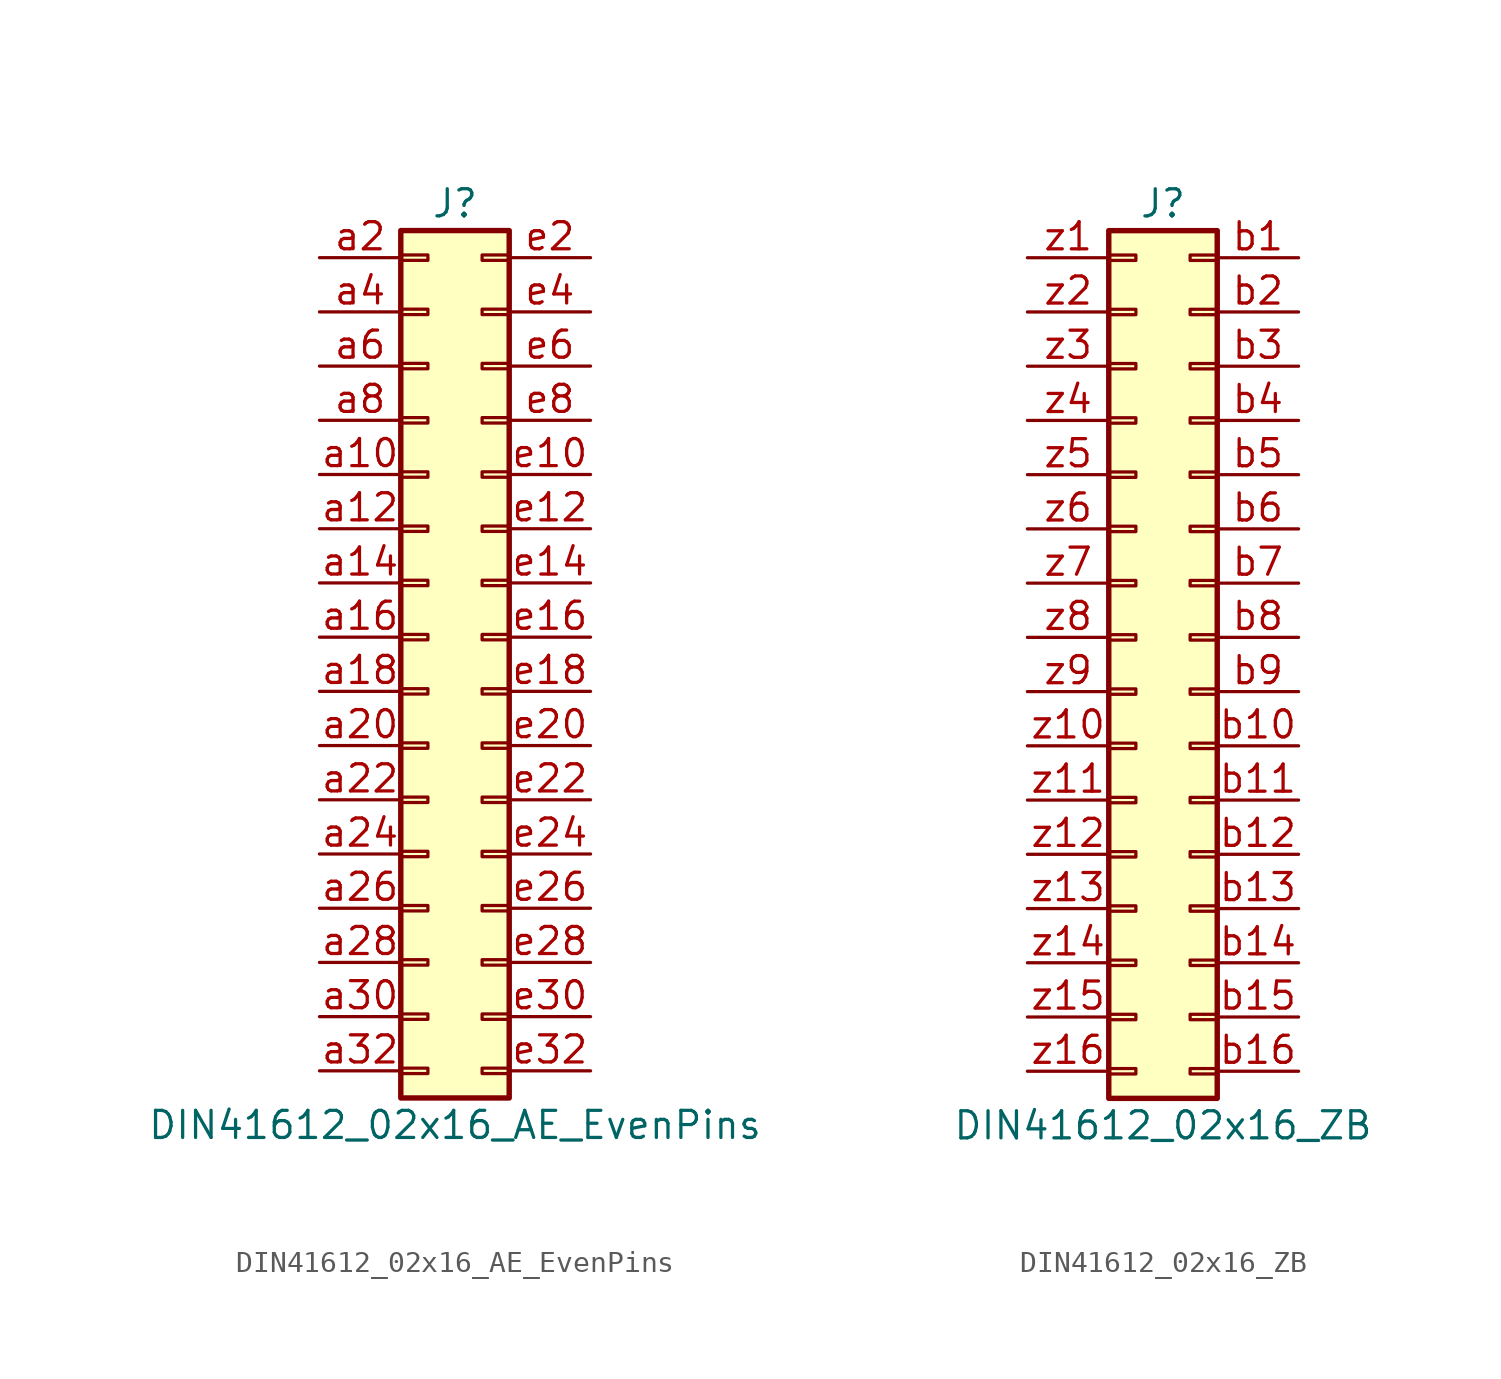
<source format=kicad_sym>
(kicad_symbol_lib
  (version 20220914)
  (generator kicad_symbol_editor)
  (symbol "DIN41612_02x16_AE_EvenPins"
    (pin_names
      (offset 1.016) hide)
    (property "Reference" "J"
      (at 1.27 20.32 0)
      (effects (font (size 1.27 1.27))))
    (property "Value" "DIN41612_02x16_AE_EvenPins"
      (at 1.27 -22.86 0)
      (effects (font (size 1.27 1.27))))
    (symbol "DIN41612_02x16_AE_EvenPins_1_1"
      (rectangle (start -1.27 -20.193) (end 0 -20.447) (stroke (width 0.152) (type default)) (fill (type none)))
      (rectangle (start -1.27 -17.653) (end 0 -17.907) (stroke (width 0.152) (type default)) (fill (type none)))
      (rectangle (start -1.27 -15.113) (end 0 -15.367) (stroke (width 0.152) (type default)) (fill (type none)))
      (rectangle (start -1.27 -12.573) (end 0 -12.827) (stroke (width 0.152) (type default)) (fill (type none)))
      (rectangle (start -1.27 -10.033) (end 0 -10.287) (stroke (width 0.152) (type default)) (fill (type none)))
      (rectangle (start -1.27 -7.493) (end 0 -7.747) (stroke (width 0.152) (type default)) (fill (type none)))
      (rectangle (start -1.27 -4.953) (end 0 -5.207) (stroke (width 0.152) (type default)) (fill (type none)))
      (rectangle (start -1.27 -2.413) (end 0 -2.667) (stroke (width 0.152) (type default)) (fill (type none)))
      (rectangle (start -1.27 0.127) (end 0 -0.127) (stroke (width 0.152) (type default)) (fill (type none)))
      (rectangle (start -1.27 2.667) (end 0 2.413) (stroke (width 0.152) (type default)) (fill (type none)))
      (rectangle (start -1.27 5.207) (end 0 4.953) (stroke (width 0.152) (type default)) (fill (type none)))
      (rectangle (start -1.27 7.747) (end 0 7.493) (stroke (width 0.152) (type default)) (fill (type none)))
      (rectangle (start -1.27 10.287) (end 0 10.033) (stroke (width 0.152) (type default)) (fill (type none)))
      (rectangle (start -1.27 12.827) (end 0 12.573) (stroke (width 0.152) (type default)) (fill (type none)))
      (rectangle (start -1.27 15.367) (end 0 15.113) (stroke (width 0.152) (type default)) (fill (type none)))
      (rectangle (start -1.27 17.907) (end 0 17.653) (stroke (width 0.152) (type default)) (fill (type none)))
      (rectangle (start -1.27 19.05) (end 3.81 -21.59) (stroke (width 0.254) (type default)) (fill (type background)))
      (rectangle (start 3.81 -20.193) (end 2.54 -20.447) (stroke (width 0.152) (type default)) (fill (type none)))
      (rectangle (start 3.81 -17.653) (end 2.54 -17.907) (stroke (width 0.152) (type default)) (fill (type none)))
      (rectangle (start 3.81 -15.113) (end 2.54 -15.367) (stroke (width 0.152) (type default)) (fill (type none)))
      (rectangle (start 3.81 -12.573) (end 2.54 -12.827) (stroke (width 0.152) (type default)) (fill (type none)))
      (rectangle (start 3.81 -10.033) (end 2.54 -10.287) (stroke (width 0.152) (type default)) (fill (type none)))
      (rectangle (start 3.81 -7.493) (end 2.54 -7.747) (stroke (width 0.152) (type default)) (fill (type none)))
      (rectangle (start 3.81 -4.953) (end 2.54 -5.207) (stroke (width 0.152) (type default)) (fill (type none)))
      (rectangle (start 3.81 -2.413) (end 2.54 -2.667) (stroke (width 0.152) (type default)) (fill (type none)))
      (rectangle (start 3.81 0.127) (end 2.54 -0.127) (stroke (width 0.152) (type default)) (fill (type none)))
      (rectangle (start 3.81 2.667) (end 2.54 2.413) (stroke (width 0.152) (type default)) (fill (type none)))
      (rectangle (start 3.81 5.207) (end 2.54 4.953) (stroke (width 0.152) (type default)) (fill (type none)))
      (rectangle (start 3.81 7.747) (end 2.54 7.493) (stroke (width 0.152) (type default)) (fill (type none)))
      (rectangle (start 3.81 10.287) (end 2.54 10.033) (stroke (width 0.152) (type default)) (fill (type none)))
      (rectangle (start 3.81 12.827) (end 2.54 12.573) (stroke (width 0.152) (type default)) (fill (type none)))
      (rectangle (start 3.81 15.367) (end 2.54 15.113) (stroke (width 0.152) (type default)) (fill (type none)))
      (rectangle (start 3.81 17.907) (end 2.54 17.653) (stroke (width 0.152) (type default)) (fill (type none)))
      (pin passive line (at -5.08 7.62 0) (length 3.81) (name "Pin_a10" (effects (font (size 1.27 1.27)))) (number "a10" (effects (font (size 1.27 1.27)))))
      (pin passive line (at -5.08 5.08 0) (length 3.81) (name "Pin_a12" (effects (font (size 1.27 1.27)))) (number "a12" (effects (font (size 1.27 1.27)))))
      (pin passive line (at -5.08 2.54 0) (length 3.81) (name "Pin_a14" (effects (font (size 1.27 1.27)))) (number "a14" (effects (font (size 1.27 1.27)))))
      (pin passive line (at -5.08 0 0) (length 3.81) (name "Pin_a16" (effects (font (size 1.27 1.27)))) (number "a16" (effects (font (size 1.27 1.27)))))
      (pin passive line (at -5.08 -2.54 0) (length 3.81) (name "Pin_a18" (effects (font (size 1.27 1.27)))) (number "a18" (effects (font (size 1.27 1.27)))))
      (pin passive line (at -5.08 17.78 0) (length 3.81) (name "Pin_a2" (effects (font (size 1.27 1.27)))) (number "a2" (effects (font (size 1.27 1.27)))))
      (pin passive line (at -5.08 -5.08 0) (length 3.81) (name "Pin_a20" (effects (font (size 1.27 1.27)))) (number "a20" (effects (font (size 1.27 1.27)))))
      (pin passive line (at -5.08 -7.62 0) (length 3.81) (name "Pin_a22" (effects (font (size 1.27 1.27)))) (number "a22" (effects (font (size 1.27 1.27)))))
      (pin passive line (at -5.08 -10.16 0) (length 3.81) (name "Pin_a24" (effects (font (size 1.27 1.27)))) (number "a24" (effects (font (size 1.27 1.27)))))
      (pin passive line (at -5.08 -12.7 0) (length 3.81) (name "Pin_a26" (effects (font (size 1.27 1.27)))) (number "a26" (effects (font (size 1.27 1.27)))))
      (pin passive line (at -5.08 -15.24 0) (length 3.81) (name "Pin_a28" (effects (font (size 1.27 1.27)))) (number "a28" (effects (font (size 1.27 1.27)))))
      (pin passive line (at -5.08 -17.78 0) (length 3.81) (name "Pin_a30" (effects (font (size 1.27 1.27)))) (number "a30" (effects (font (size 1.27 1.27)))))
      (pin passive line (at -5.08 -20.32 0) (length 3.81) (name "Pin_a32" (effects (font (size 1.27 1.27)))) (number "a32" (effects (font (size 1.27 1.27)))))
      (pin passive line (at -5.08 15.24 0) (length 3.81) (name "Pin_a4" (effects (font (size 1.27 1.27)))) (number "a4" (effects (font (size 1.27 1.27)))))
      (pin passive line (at -5.08 12.7 0) (length 3.81) (name "Pin_a6" (effects (font (size 1.27 1.27)))) (number "a6" (effects (font (size 1.27 1.27)))))
      (pin passive line (at -5.08 10.16 0) (length 3.81) (name "Pin_a8" (effects (font (size 1.27 1.27)))) (number "a8" (effects (font (size 1.27 1.27)))))
      (pin passive line (at 7.62 7.62 180) (length 3.81) (name "Pin_e10" (effects (font (size 1.27 1.27)))) (number "e10" (effects (font (size 1.27 1.27)))))
      (pin passive line (at 7.62 5.08 180) (length 3.81) (name "Pin_e12" (effects (font (size 1.27 1.27)))) (number "e12" (effects (font (size 1.27 1.27)))))
      (pin passive line (at 7.62 2.54 180) (length 3.81) (name "Pin_e14" (effects (font (size 1.27 1.27)))) (number "e14" (effects (font (size 1.27 1.27)))))
      (pin passive line (at 7.62 0 180) (length 3.81) (name "Pin_e16" (effects (font (size 1.27 1.27)))) (number "e16" (effects (font (size 1.27 1.27)))))
      (pin passive line (at 7.62 -2.54 180) (length 3.81) (name "Pin_e18" (effects (font (size 1.27 1.27)))) (number "e18" (effects (font (size 1.27 1.27)))))
      (pin passive line (at 7.62 17.78 180) (length 3.81) (name "Pin_e2" (effects (font (size 1.27 1.27)))) (number "e2" (effects (font (size 1.27 1.27)))))
      (pin passive line (at 7.62 -5.08 180) (length 3.81) (name "Pin_e20" (effects (font (size 1.27 1.27)))) (number "e20" (effects (font (size 1.27 1.27)))))
      (pin passive line (at 7.62 -7.62 180) (length 3.81) (name "Pin_e22" (effects (font (size 1.27 1.27)))) (number "e22" (effects (font (size 1.27 1.27)))))
      (pin passive line (at 7.62 -10.16 180) (length 3.81) (name "Pin_e24" (effects (font (size 1.27 1.27)))) (number "e24" (effects (font (size 1.27 1.27)))))
      (pin passive line (at 7.62 -12.7 180) (length 3.81) (name "Pin_e26" (effects (font (size 1.27 1.27)))) (number "e26" (effects (font (size 1.27 1.27)))))
      (pin passive line (at 7.62 -15.24 180) (length 3.81) (name "Pin_e28" (effects (font (size 1.27 1.27)))) (number "e28" (effects (font (size 1.27 1.27)))))
      (pin passive line (at 7.62 -17.78 180) (length 3.81) (name "Pin_e30" (effects (font (size 1.27 1.27)))) (number "e30" (effects (font (size 1.27 1.27)))))
      (pin passive line (at 7.62 -20.32 180) (length 3.81) (name "Pin_e32" (effects (font (size 1.27 1.27)))) (number "e32" (effects (font (size 1.27 1.27)))))
      (pin passive line (at 7.62 15.24 180) (length 3.81) (name "Pin_e4" (effects (font (size 1.27 1.27)))) (number "e4" (effects (font (size 1.27 1.27)))))
      (pin passive line (at 7.62 12.7 180) (length 3.81) (name "Pin_e6" (effects (font (size 1.27 1.27)))) (number "e6" (effects (font (size 1.27 1.27)))))
      (pin passive line (at 7.62 10.16 180) (length 3.81) (name "Pin_e8" (effects (font (size 1.27 1.27)))) (number "e8" (effects (font (size 1.27 1.27)))))))
  (symbol "DIN41612_02x16_ZB"
    (pin_names
      (offset 1.016) hide)
    (property "Reference" "J"
      (at 1.27 20.32 0)
      (effects (font (size 1.27 1.27))))
    (property "Value" "DIN41612_02x16_ZB"
      (at 1.27 -22.86 0)
      (effects (font (size 1.27 1.27))))
    (symbol "DIN41612_02x16_ZB_1_1"
      (rectangle (start -1.27 -20.193) (end 0 -20.447) (stroke (width 0.152) (type default)) (fill (type none)))
      (rectangle (start -1.27 -17.653) (end 0 -17.907) (stroke (width 0.152) (type default)) (fill (type none)))
      (rectangle (start -1.27 -15.113) (end 0 -15.367) (stroke (width 0.152) (type default)) (fill (type none)))
      (rectangle (start -1.27 -12.573) (end 0 -12.827) (stroke (width 0.152) (type default)) (fill (type none)))
      (rectangle (start -1.27 -10.033) (end 0 -10.287) (stroke (width 0.152) (type default)) (fill (type none)))
      (rectangle (start -1.27 -7.493) (end 0 -7.747) (stroke (width 0.152) (type default)) (fill (type none)))
      (rectangle (start -1.27 -4.953) (end 0 -5.207) (stroke (width 0.152) (type default)) (fill (type none)))
      (rectangle (start -1.27 -2.413) (end 0 -2.667) (stroke (width 0.152) (type default)) (fill (type none)))
      (rectangle (start -1.27 0.127) (end 0 -0.127) (stroke (width 0.152) (type default)) (fill (type none)))
      (rectangle (start -1.27 2.667) (end 0 2.413) (stroke (width 0.152) (type default)) (fill (type none)))
      (rectangle (start -1.27 5.207) (end 0 4.953) (stroke (width 0.152) (type default)) (fill (type none)))
      (rectangle (start -1.27 7.747) (end 0 7.493) (stroke (width 0.152) (type default)) (fill (type none)))
      (rectangle (start -1.27 10.287) (end 0 10.033) (stroke (width 0.152) (type default)) (fill (type none)))
      (rectangle (start -1.27 12.827) (end 0 12.573) (stroke (width 0.152) (type default)) (fill (type none)))
      (rectangle (start -1.27 15.367) (end 0 15.113) (stroke (width 0.152) (type default)) (fill (type none)))
      (rectangle (start -1.27 17.907) (end 0 17.653) (stroke (width 0.152) (type default)) (fill (type none)))
      (rectangle (start -1.27 19.05) (end 3.81 -21.59) (stroke (width 0.254) (type default)) (fill (type background)))
      (rectangle (start 3.81 -20.193) (end 2.54 -20.447) (stroke (width 0.152) (type default)) (fill (type none)))
      (rectangle (start 3.81 -17.653) (end 2.54 -17.907) (stroke (width 0.152) (type default)) (fill (type none)))
      (rectangle (start 3.81 -15.113) (end 2.54 -15.367) (stroke (width 0.152) (type default)) (fill (type none)))
      (rectangle (start 3.81 -12.573) (end 2.54 -12.827) (stroke (width 0.152) (type default)) (fill (type none)))
      (rectangle (start 3.81 -10.033) (end 2.54 -10.287) (stroke (width 0.152) (type default)) (fill (type none)))
      (rectangle (start 3.81 -7.493) (end 2.54 -7.747) (stroke (width 0.152) (type default)) (fill (type none)))
      (rectangle (start 3.81 -4.953) (end 2.54 -5.207) (stroke (width 0.152) (type default)) (fill (type none)))
      (rectangle (start 3.81 -2.413) (end 2.54 -2.667) (stroke (width 0.152) (type default)) (fill (type none)))
      (rectangle (start 3.81 0.127) (end 2.54 -0.127) (stroke (width 0.152) (type default)) (fill (type none)))
      (rectangle (start 3.81 2.667) (end 2.54 2.413) (stroke (width 0.152) (type default)) (fill (type none)))
      (rectangle (start 3.81 5.207) (end 2.54 4.953) (stroke (width 0.152) (type default)) (fill (type none)))
      (rectangle (start 3.81 7.747) (end 2.54 7.493) (stroke (width 0.152) (type default)) (fill (type none)))
      (rectangle (start 3.81 10.287) (end 2.54 10.033) (stroke (width 0.152) (type default)) (fill (type none)))
      (rectangle (start 3.81 12.827) (end 2.54 12.573) (stroke (width 0.152) (type default)) (fill (type none)))
      (rectangle (start 3.81 15.367) (end 2.54 15.113) (stroke (width 0.152) (type default)) (fill (type none)))
      (rectangle (start 3.81 17.907) (end 2.54 17.653) (stroke (width 0.152) (type default)) (fill (type none)))
      (pin passive line (at 7.62 17.78 180) (length 3.81) (name "Pin_b1" (effects (font (size 1.27 1.27)))) (number "b1" (effects (font (size 1.27 1.27)))))
      (pin passive line (at 7.62 -5.08 180) (length 3.81) (name "Pin_b10" (effects (font (size 1.27 1.27)))) (number "b10" (effects (font (size 1.27 1.27)))))
      (pin passive line (at 7.62 -7.62 180) (length 3.81) (name "Pin_b11" (effects (font (size 1.27 1.27)))) (number "b11" (effects (font (size 1.27 1.27)))))
      (pin passive line (at 7.62 -10.16 180) (length 3.81) (name "Pin_b12" (effects (font (size 1.27 1.27)))) (number "b12" (effects (font (size 1.27 1.27)))))
      (pin passive line (at 7.62 -12.7 180) (length 3.81) (name "Pin_b13" (effects (font (size 1.27 1.27)))) (number "b13" (effects (font (size 1.27 1.27)))))
      (pin passive line (at 7.62 -15.24 180) (length 3.81) (name "Pin_b14" (effects (font (size 1.27 1.27)))) (number "b14" (effects (font (size 1.27 1.27)))))
      (pin passive line (at 7.62 -17.78 180) (length 3.81) (name "Pin_b15" (effects (font (size 1.27 1.27)))) (number "b15" (effects (font (size 1.27 1.27)))))
      (pin passive line (at 7.62 -20.32 180) (length 3.81) (name "Pin_b16" (effects (font (size 1.27 1.27)))) (number "b16" (effects (font (size 1.27 1.27)))))
      (pin passive line (at 7.62 15.24 180) (length 3.81) (name "Pin_b2" (effects (font (size 1.27 1.27)))) (number "b2" (effects (font (size 1.27 1.27)))))
      (pin passive line (at 7.62 12.7 180) (length 3.81) (name "Pin_b3" (effects (font (size 1.27 1.27)))) (number "b3" (effects (font (size 1.27 1.27)))))
      (pin passive line (at 7.62 10.16 180) (length 3.81) (name "Pin_b4" (effects (font (size 1.27 1.27)))) (number "b4" (effects (font (size 1.27 1.27)))))
      (pin passive line (at 7.62 7.62 180) (length 3.81) (name "Pin_b5" (effects (font (size 1.27 1.27)))) (number "b5" (effects (font (size 1.27 1.27)))))
      (pin passive line (at 7.62 5.08 180) (length 3.81) (name "Pin_b6" (effects (font (size 1.27 1.27)))) (number "b6" (effects (font (size 1.27 1.27)))))
      (pin passive line (at 7.62 2.54 180) (length 3.81) (name "Pin_b7" (effects (font (size 1.27 1.27)))) (number "b7" (effects (font (size 1.27 1.27)))))
      (pin passive line (at 7.62 0 180) (length 3.81) (name "Pin_b8" (effects (font (size 1.27 1.27)))) (number "b8" (effects (font (size 1.27 1.27)))))
      (pin passive line (at 7.62 -2.54 180) (length 3.81) (name "Pin_b9" (effects (font (size 1.27 1.27)))) (number "b9" (effects (font (size 1.27 1.27)))))
      (pin passive line (at -5.08 17.78 0) (length 3.81) (name "Pin_z1" (effects (font (size 1.27 1.27)))) (number "z1" (effects (font (size 1.27 1.27)))))
      (pin passive line (at -5.08 -5.08 0) (length 3.81) (name "Pin_z10" (effects (font (size 1.27 1.27)))) (number "z10" (effects (font (size 1.27 1.27)))))
      (pin passive line (at -5.08 -7.62 0) (length 3.81) (name "Pin_z11" (effects (font (size 1.27 1.27)))) (number "z11" (effects (font (size 1.27 1.27)))))
      (pin passive line (at -5.08 -10.16 0) (length 3.81) (name "Pin_z12" (effects (font (size 1.27 1.27)))) (number "z12" (effects (font (size 1.27 1.27)))))
      (pin passive line (at -5.08 -12.7 0) (length 3.81) (name "Pin_z13" (effects (font (size 1.27 1.27)))) (number "z13" (effects (font (size 1.27 1.27)))))
      (pin passive line (at -5.08 -15.24 0) (length 3.81) (name "Pin_z14" (effects (font (size 1.27 1.27)))) (number "z14" (effects (font (size 1.27 1.27)))))
      (pin passive line (at -5.08 -17.78 0) (length 3.81) (name "Pin_z15" (effects (font (size 1.27 1.27)))) (number "z15" (effects (font (size 1.27 1.27)))))
      (pin passive line (at -5.08 -20.32 0) (length 3.81) (name "Pin_z16" (effects (font (size 1.27 1.27)))) (number "z16" (effects (font (size 1.27 1.27)))))
      (pin passive line (at -5.08 15.24 0) (length 3.81) (name "Pin_z2" (effects (font (size 1.27 1.27)))) (number "z2" (effects (font (size 1.27 1.27)))))
      (pin passive line (at -5.08 12.7 0) (length 3.81) (name "Pin_z3" (effects (font (size 1.27 1.27)))) (number "z3" (effects (font (size 1.27 1.27)))))
      (pin passive line (at -5.08 10.16 0) (length 3.81) (name "Pin_z4" (effects (font (size 1.27 1.27)))) (number "z4" (effects (font (size 1.27 1.27)))))
      (pin passive line (at -5.08 7.62 0) (length 3.81) (name "Pin_z5" (effects (font (size 1.27 1.27)))) (number "z5" (effects (font (size 1.27 1.27)))))
      (pin passive line (at -5.08 5.08 0) (length 3.81) (name "Pin_z6" (effects (font (size 1.27 1.27)))) (number "z6" (effects (font (size 1.27 1.27)))))
      (pin passive line (at -5.08 2.54 0) (length 3.81) (name "Pin_z7" (effects (font (size 1.27 1.27)))) (number "z7" (effects (font (size 1.27 1.27)))))
      (pin passive line (at -5.08 0 0) (length 3.81) (name "Pin_z8" (effects (font (size 1.27 1.27)))) (number "z8" (effects (font (size 1.27 1.27)))))
      (pin passive line (at -5.08 -2.54 0) (length 3.81) (name "Pin_z9" (effects (font (size 1.27 1.27)))) (number "z9" (effects (font (size 1.27 1.27))))))))
</source>
